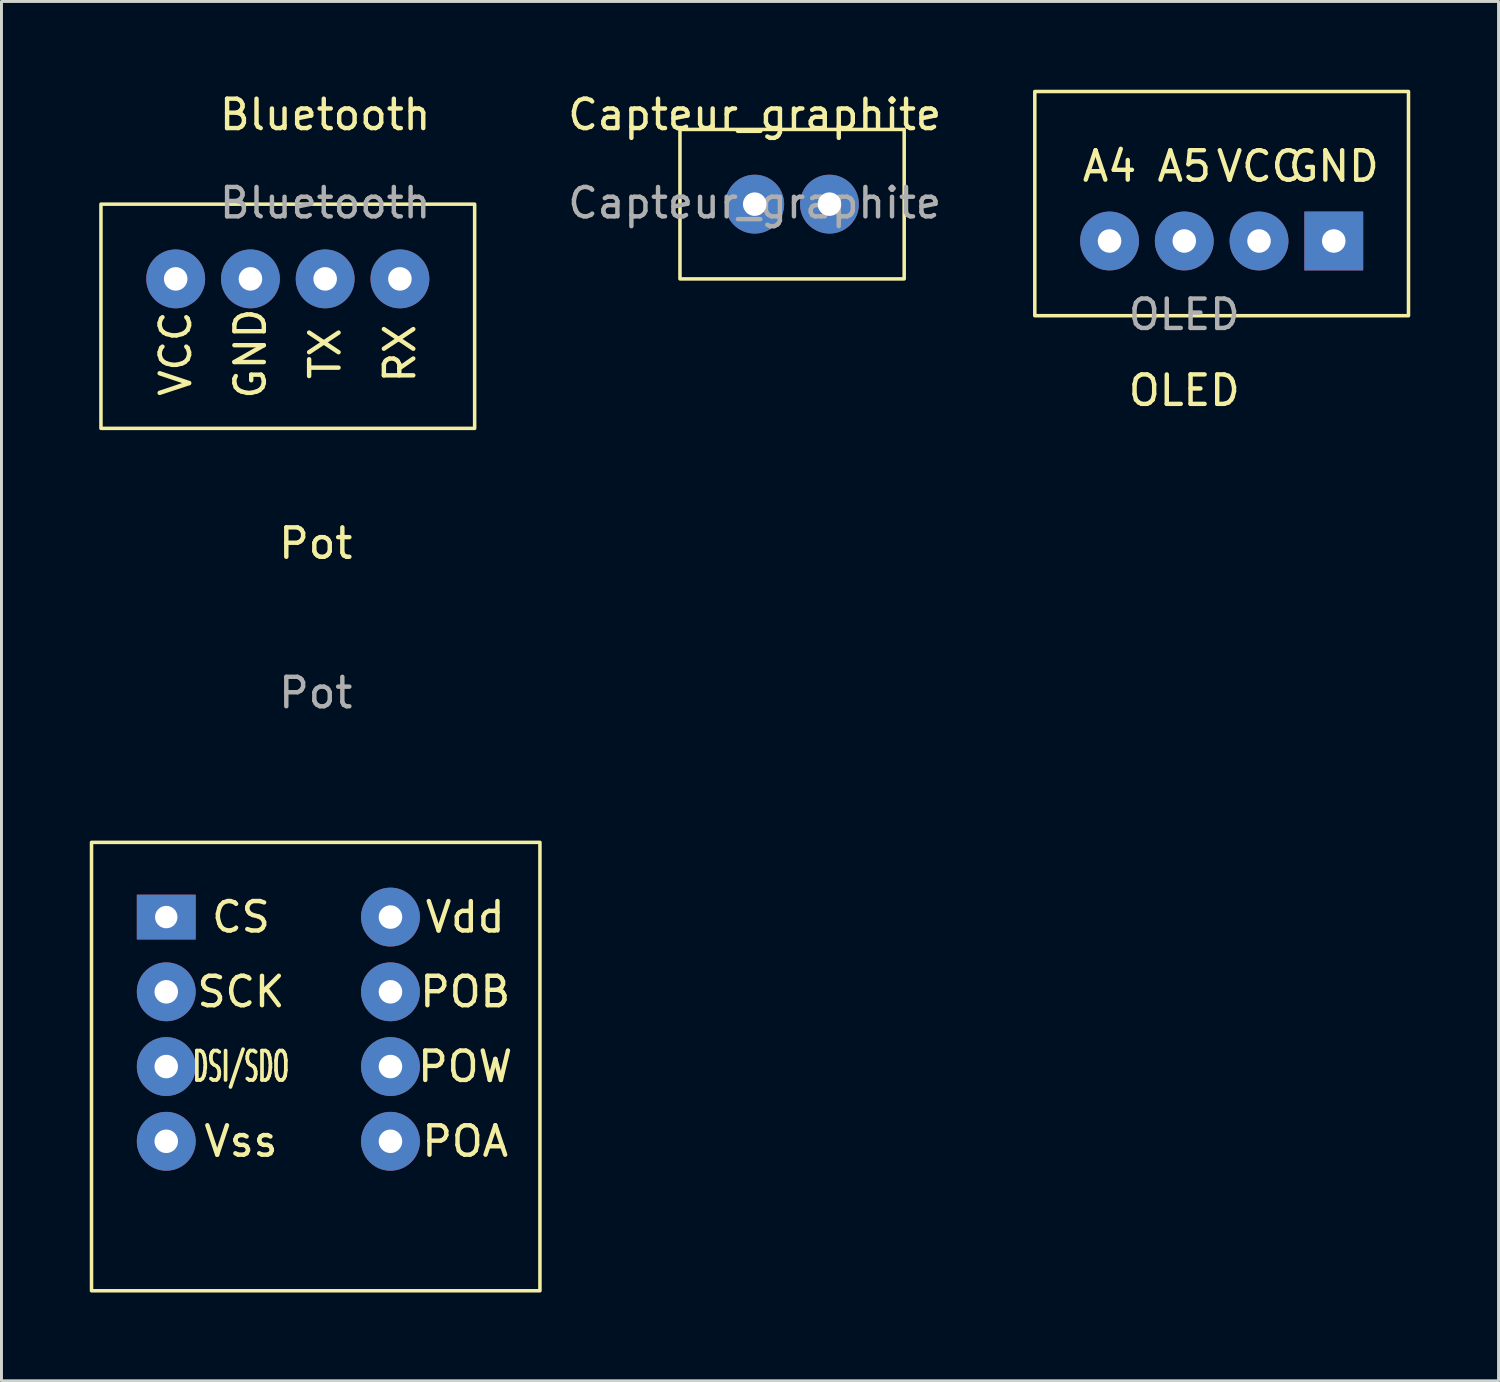
<source format=kicad_pcb>
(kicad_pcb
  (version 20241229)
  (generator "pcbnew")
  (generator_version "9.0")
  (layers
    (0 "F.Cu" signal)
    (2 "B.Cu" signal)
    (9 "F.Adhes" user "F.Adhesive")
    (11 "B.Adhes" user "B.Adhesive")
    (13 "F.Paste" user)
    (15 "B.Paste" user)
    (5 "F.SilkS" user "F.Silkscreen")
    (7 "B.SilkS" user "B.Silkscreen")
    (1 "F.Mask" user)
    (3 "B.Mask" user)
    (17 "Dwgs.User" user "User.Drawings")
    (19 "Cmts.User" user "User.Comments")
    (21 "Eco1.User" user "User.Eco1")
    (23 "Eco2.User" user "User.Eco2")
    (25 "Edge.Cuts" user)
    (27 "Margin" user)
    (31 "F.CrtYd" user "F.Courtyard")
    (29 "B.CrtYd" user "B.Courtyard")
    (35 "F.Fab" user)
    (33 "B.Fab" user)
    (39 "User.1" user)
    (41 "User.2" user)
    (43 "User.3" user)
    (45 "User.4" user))
  (footprint "OLED"
    (layer "F.Cu")
    (at 37.198 5.14)
    (property "Reference" "OLED" (at 0 5.08 0) (unlocked yes) (layer "F.SilkS") (effects (font (size 1 1) (thickness 0.15))))
    (attr through_hole)
    (fp_rect (start -5.08 -5.08) (end 7.62 2.54) (stroke (width 0.12) (type solid)) (fill no) (layer "F.SilkS"))
    (fp_text user "A5" (at 0 -2.54 0) (unlocked yes) (layer "F.SilkS") (effects (font (size 1 1) (thickness 0.15))))
    (fp_text user "VCC" (at 2.54 -2.54 0) (unlocked yes) (layer "F.SilkS") (effects (font (size 1 1) (thickness 0.15))))
    (fp_text user "GND" (at 5.08 -2.54 0) (unlocked yes) (layer "F.SilkS") (effects (font (size 1 1) (thickness 0.15))))
    (fp_text user "A4" (at -2.54 -2.54 0) (unlocked yes) (layer "F.SilkS") (effects (font (size 1 1) (thickness 0.15))))
    (fp_text user "${REFERENCE}" (at 0 2.5 0) (unlocked yes) (layer "F.Fab") (effects (font (size 1 1) (thickness 0.15))))
    (pad "1" thru_hole circle (at -2.54 0) (size 2 2) (drill 0.8) (layers "*.Cu" "*.Mask"))
    (pad "2" thru_hole circle (at 0 0) (size 2 2) (drill 0.8) (layers "*.Cu" "*.Mask"))
    (pad "3" thru_hole circle (at 2.54 0) (size 2 2) (drill 0.8) (layers "*.Cu" "*.Mask"))
    (pad "4" thru_hole rect (at 5.08 0) (size 2 2) (drill 0.8) (layers "*.Cu" "*.Mask")))
  (footprint "Pot"
    (layer "F.Cu")
    (at 7.68 30.657)
    (property "Reference" "Pot" (at 0 -15.24 0) (unlocked yes) (layer "F.SilkS") (effects (font (size 1 1) (thickness 0.15))))
    (attr through_hole)
    (fp_rect (start -7.62 -5.08) (end 7.62 10.16) (stroke (width 0.12) (type solid)) (fill no) (layer "F.SilkS"))
    (fp_text user "SCK" (at -2.54 0 0) (unlocked yes) (layer "F.SilkS") (effects (font (size 1 1) (thickness 0.15))))
    (fp_text user "DSI/SDO" (at -2.54 2.54 0) (unlocked yes) (layer "F.SilkS") (effects (font (size 1 0.5) (thickness 0.125))))
    (fp_text user "POA" (at 5.08 5.08 0) (unlocked yes) (layer "F.SilkS") (effects (font (size 1 1) (thickness 0.15))))
    (fp_text user "POW" (at 5.08 2.54 0) (unlocked yes) (layer "F.SilkS") (effects (font (size 1 1) (thickness 0.15))))
    (fp_text user "Vdd" (at 5.08 -2.54 0) (unlocked yes) (layer "F.SilkS") (effects (font (size 1 1) (thickness 0.15))))
    (fp_text user "Vss" (at -2.54 5.08 0) (unlocked yes) (layer "F.SilkS") (effects (font (size 1 1) (thickness 0.15))))
    (fp_text user "CS" (at -2.54 -2.54 0) (unlocked yes) (layer "F.SilkS") (effects (font (size 1 1) (thickness 0.15))))
    (fp_text user "POB" (at 5.08 0 0) (unlocked yes) (layer "F.SilkS") (effects (font (size 1 1) (thickness 0.15))))
    (fp_text user "${REFERENCE}" (at 0 -10.16 0) (unlocked yes) (layer "F.Fab") (effects (font (size 1 1) (thickness 0.15))))
    (pad "1" thru_hole rect (at -5.08 -2.54) (size 2 1.524) (drill 0.762) (layers "*.Cu" "*.Mask"))
    (pad "2" thru_hole circle (at -5.08 0) (size 2 2) (drill 0.8) (layers "*.Cu" "*.Mask"))
    (pad "3" thru_hole circle (at -5.08 2.54) (size 2 2) (drill 0.8) (layers "*.Cu" "*.Mask"))
    (pad "4" thru_hole circle (at -5.08 5.08) (size 2 2) (drill 0.8) (layers "*.Cu" "*.Mask"))
    (pad "5" thru_hole circle (at 2.54 -2.54) (size 2 2) (drill 0.8) (layers "*.Cu" "*.Mask"))
    (pad "6" thru_hole circle (at 2.54 0) (size 2 2) (drill 0.8) (layers "*.Cu" "*.Mask"))
    (pad "7" thru_hole circle (at 2.54 2.54) (size 2 2) (drill 0.8) (layers "*.Cu" "*.Mask"))
    (pad "8" thru_hole circle (at 2.54 5.08) (size 2 2) (drill 0.8) (layers "*.Cu" "*.Mask")))
  (footprint "Bluetooth"
    (layer "F.Cu")
    (at 8.001 1.348)
    (property "Reference" "Bluetooth" (at 0 -0.5 0) (unlocked yes) (layer "F.SilkS") (effects (font (size 1 1) (thickness 0.15))))
    (attr through_hole)
    (fp_rect (start -7.62 2.54) (end 5.08 10.16) (stroke (width 0.12) (type solid)) (fill no) (layer "F.SilkS"))
    (fp_text user "RX" (at 2.54 7.62 90) (unlocked yes) (layer "F.SilkS") (effects (font (size 1 1) (thickness 0.15))))
    (fp_text user "VCC" (at -5.08 7.62 90) (unlocked yes) (layer "F.SilkS") (effects (font (size 1 1) (thickness 0.15))))
    (fp_text user "TX" (at 0 7.62 90) (unlocked yes) (layer "F.SilkS") (effects (font (size 1 1) (thickness 0.15))))
    (fp_text user "GND" (at -2.54 7.62 90) (unlocked yes) (layer "F.SilkS") (effects (font (size 1 1) (thickness 0.15))))
    (fp_text user "${REFERENCE}" (at 0 2.5 0) (unlocked yes) (layer "F.Fab") (effects (font (size 1 1) (thickness 0.15))))
    (pad "1" thru_hole circle (at -7.62 5.08) (size 0.001 0.001) (drill 0.762) (layers "*.Cu" "*.Mask"))
    (pad "1" thru_hole circle (at -5.08 5.08) (size 2 2) (drill 0.8) (layers "*.Cu" "*.Mask"))
    (pad "2" thru_hole circle (at -2.54 5.08) (size 2 2) (drill 0.8) (layers "*.Cu" "*.Mask"))
    (pad "3" thru_hole circle (at 0 5.08) (size 2 2) (drill 0.8) (layers "*.Cu" "*.Mask"))
    (pad "4" thru_hole circle (at 2.54 5.08) (size 2 2) (drill 0.8) (layers "*.Cu" "*.Mask")))
  (footprint "Capteur_graphite"
    (layer "F.Cu")
    (at 22.599 1.348)
    (property "Reference" "Capteur_graphite" (at 0 -0.5 0) (unlocked yes) (layer "F.SilkS") (effects (font (size 1 1) (thickness 0.15))))
    (attr through_hole)
    (fp_rect (start -2.54 0) (end 5.08 5.08) (stroke (width 0.12) (type solid)) (fill no) (layer "F.SilkS"))
    (fp_text user "${REFERENCE}" (at 0 2.5 0) (unlocked yes) (layer "F.Fab") (effects (font (size 1 1) (thickness 0.15))))
    (pad "1" thru_hole circle (at 0 2.54) (size 2 2) (drill 0.8) (layers "*.Cu" "*.Mask"))
    (pad "2" thru_hole circle (at 2.54 2.54) (size 2 2) (drill 0.8) (layers "*.Cu" "*.Mask")))
  (gr_rect
    (start -3 -3)
    (end 47.878 43.877)
    (stroke (width 0.1) (type default))
    (fill no)
    (layer "Edge.Cuts")))
</source>
